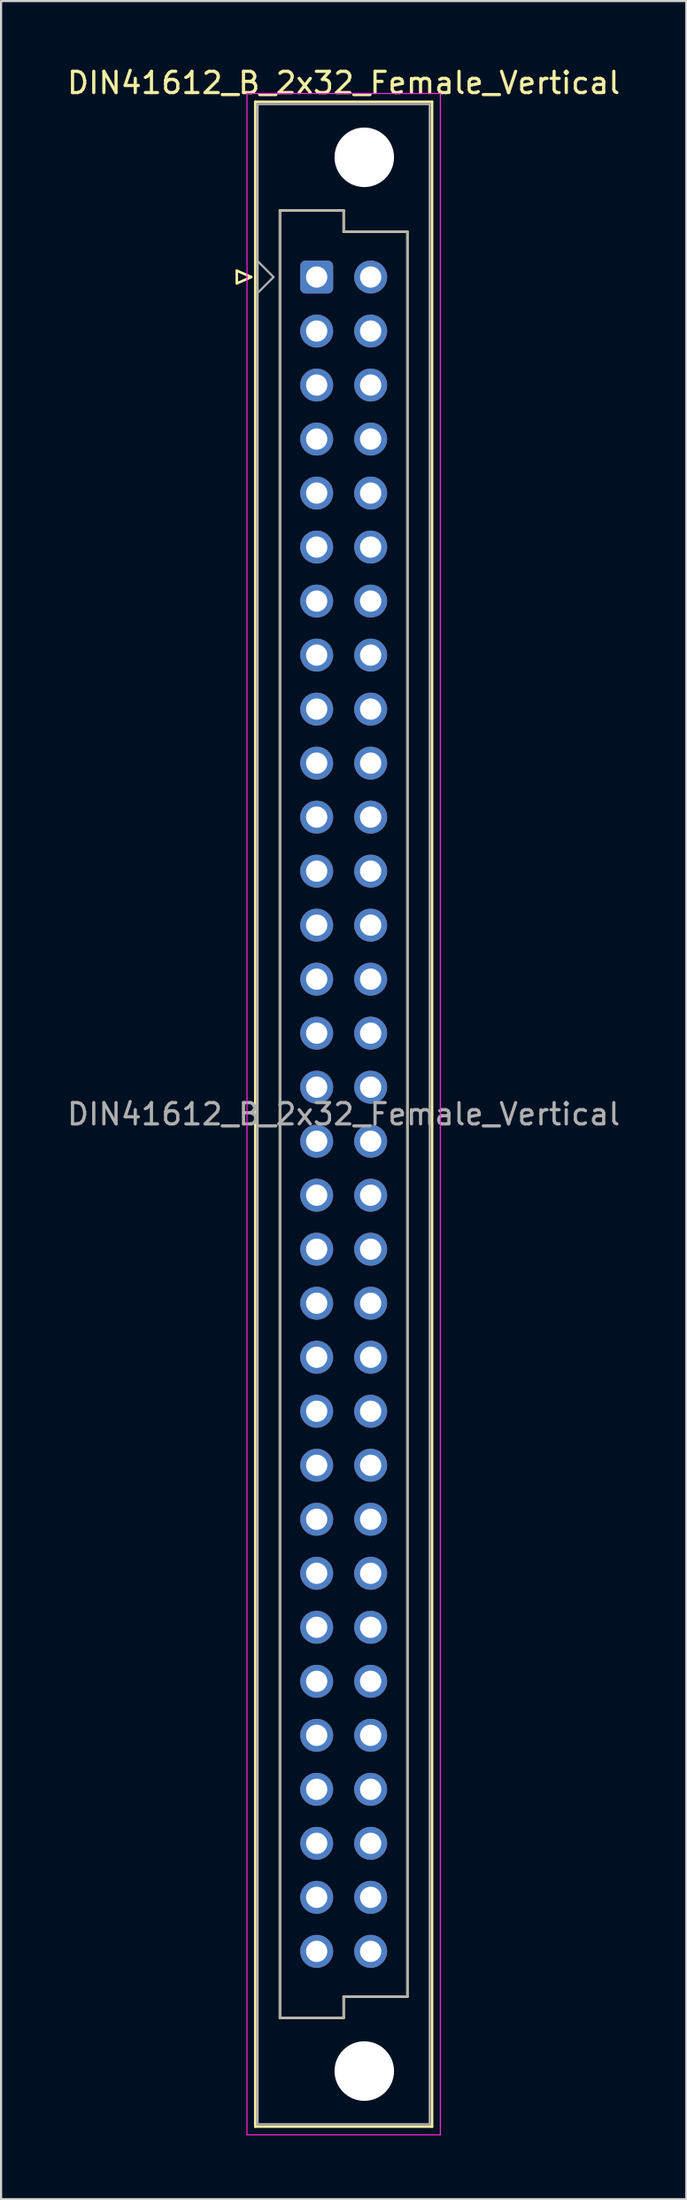
<source format=kicad_pcb>
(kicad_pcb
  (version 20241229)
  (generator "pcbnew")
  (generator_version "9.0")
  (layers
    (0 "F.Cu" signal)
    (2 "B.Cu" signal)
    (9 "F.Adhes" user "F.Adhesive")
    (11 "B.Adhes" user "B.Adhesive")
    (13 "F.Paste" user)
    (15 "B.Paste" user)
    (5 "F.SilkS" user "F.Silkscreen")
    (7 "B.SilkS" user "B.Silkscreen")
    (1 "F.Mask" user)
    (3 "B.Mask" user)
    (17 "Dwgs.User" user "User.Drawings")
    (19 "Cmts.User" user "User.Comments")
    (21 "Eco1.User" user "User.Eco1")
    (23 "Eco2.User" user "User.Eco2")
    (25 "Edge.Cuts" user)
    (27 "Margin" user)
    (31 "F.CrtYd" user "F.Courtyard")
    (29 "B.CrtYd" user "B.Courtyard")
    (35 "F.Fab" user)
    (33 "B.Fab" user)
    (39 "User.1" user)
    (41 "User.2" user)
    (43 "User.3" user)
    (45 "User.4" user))
  (footprint "DIN41612_B_2x32_Female_Vertical"
    (layer "F.Cu")
    (at 11.855 9.978)
    (property "Reference" "DIN41612_B_2x32_Female_Vertical" (at 1.27 -9.13 0) (layer "F.SilkS") (effects (font (size 1 1) (thickness 0.15))))
    (attr through_hole)
    (fp_line (start -3.76 -0.3) (end -3.76 0.3) (stroke (width 0.12) (type solid)) (layer "F.SilkS"))
    (fp_line (start -3.76 0.3) (end -3.08 0) (stroke (width 0.12) (type solid)) (layer "F.SilkS"))
    (fp_line (start -3.08 0) (end -3.76 -0.3) (stroke (width 0.12) (type solid)) (layer "F.SilkS"))
    (fp_line (start -2.89 -8.24) (end 5.43 -8.24) (stroke (width 0.12) (type solid)) (layer "F.SilkS"))
    (fp_line (start -2.89 86.98) (end -2.89 -8.24) (stroke (width 0.12) (type solid)) (layer "F.SilkS"))
    (fp_line (start -1.73 -3.13) (end 1.27 -3.13) (stroke (width 0.12) (type solid)) (layer "F.SilkS"))
    (fp_line (start -1.73 81.87) (end -1.73 -3.13) (stroke (width 0.12) (type solid)) (layer "F.SilkS"))
    (fp_line (start 1.27 -3.13) (end 1.27 -2.13) (stroke (width 0.12) (type solid)) (layer "F.SilkS"))
    (fp_line (start 1.27 -2.13) (end 4.27 -2.13) (stroke (width 0.12) (type solid)) (layer "F.SilkS"))
    (fp_line (start 1.27 80.87) (end 1.27 81.87) (stroke (width 0.12) (type solid)) (layer "F.SilkS"))
    (fp_line (start 1.27 81.87) (end -1.73 81.87) (stroke (width 0.12) (type solid)) (layer "F.SilkS"))
    (fp_line (start 4.27 -2.13) (end 4.27 80.87) (stroke (width 0.12) (type solid)) (layer "F.SilkS"))
    (fp_line (start 4.27 80.87) (end 1.27 80.87) (stroke (width 0.12) (type solid)) (layer "F.SilkS"))
    (fp_line (start 5.43 -8.24) (end 5.43 86.98) (stroke (width 0.12) (type solid)) (layer "F.SilkS"))
    (fp_line (start 5.43 86.98) (end -2.89 86.98) (stroke (width 0.12) (type solid)) (layer "F.SilkS"))
    (fp_line (start -3.28 -8.63) (end 5.82 -8.63) (stroke (width 0.05) (type solid)) (layer "F.CrtYd"))
    (fp_line (start -3.28 87.37) (end -3.28 -8.63) (stroke (width 0.05) (type solid)) (layer "F.CrtYd"))
    (fp_line (start 5.82 -8.63) (end 5.82 87.37) (stroke (width 0.05) (type solid)) (layer "F.CrtYd"))
    (fp_line (start 5.82 87.37) (end -3.28 87.37) (stroke (width 0.05) (type solid)) (layer "F.CrtYd"))
    (fp_line (start -2.78 -8.13) (end 5.32 -8.13) (stroke (width 0.1) (type solid)) (layer "F.Fab"))
    (fp_line (start -2.78 -0.75) (end -2.03 0) (stroke (width 0.1) (type solid)) (layer "F.Fab"))
    (fp_line (start -2.78 86.87) (end -2.78 -8.13) (stroke (width 0.1) (type solid)) (layer "F.Fab"))
    (fp_line (start -2.03 0) (end -2.78 0.75) (stroke (width 0.1) (type solid)) (layer "F.Fab"))
    (fp_line (start -1.73 -3.13) (end 1.27 -3.13) (stroke (width 0.1) (type solid)) (layer "F.Fab"))
    (fp_line (start -1.73 81.87) (end -1.73 -3.13) (stroke (width 0.1) (type solid)) (layer "F.Fab"))
    (fp_line (start 1.27 -3.13) (end 1.27 -2.13) (stroke (width 0.1) (type solid)) (layer "F.Fab"))
    (fp_line (start 1.27 -2.13) (end 4.27 -2.13) (stroke (width 0.1) (type solid)) (layer "F.Fab"))
    (fp_line (start 1.27 80.87) (end 1.27 81.87) (stroke (width 0.1) (type solid)) (layer "F.Fab"))
    (fp_line (start 1.27 81.87) (end -1.73 81.87) (stroke (width 0.1) (type solid)) (layer "F.Fab"))
    (fp_line (start 4.27 -2.13) (end 4.27 80.87) (stroke (width 0.1) (type solid)) (layer "F.Fab"))
    (fp_line (start 4.27 80.87) (end 1.27 80.87) (stroke (width 0.1) (type solid)) (layer "F.Fab"))
    (fp_line (start 5.32 -8.13) (end 5.32 86.87) (stroke (width 0.1) (type solid)) (layer "F.Fab"))
    (fp_line (start 5.32 86.87) (end -2.78 86.87) (stroke (width 0.1) (type solid)) (layer "F.Fab"))
    (fp_text user "${REFERENCE}" (at 1.27 39.37 0) (layer "F.Fab") (effects (font (size 1 1) (thickness 0.15))))
    (pad "" np_thru_hole circle (at 2.24 -5.63) (size 2.8 2.8) (drill 2.8) (layers "*.Cu" "*.Mask"))
    (pad "" np_thru_hole circle (at 2.24 84.37) (size 2.8 2.8) (drill 2.8) (layers "*.Cu" "*.Mask"))
    (pad "a1" thru_hole roundrect (at 0 0) (size 1.55 1.55) (drill 1) (layers "*.Cu" "*.Mask") (roundrect_rratio 0.161))
    (pad "a2" thru_hole circle (at 0 2.54) (size 1.55 1.55) (drill 1) (layers "*.Cu" "*.Mask"))
    (pad "a3" thru_hole circle (at 0 5.08) (size 1.55 1.55) (drill 1) (layers "*.Cu" "*.Mask"))
    (pad "a4" thru_hole circle (at 0 7.62) (size 1.55 1.55) (drill 1) (layers "*.Cu" "*.Mask"))
    (pad "a5" thru_hole circle (at 0 10.16) (size 1.55 1.55) (drill 1) (layers "*.Cu" "*.Mask"))
    (pad "a6" thru_hole circle (at 0 12.7) (size 1.55 1.55) (drill 1) (layers "*.Cu" "*.Mask"))
    (pad "a7" thru_hole circle (at 0 15.24) (size 1.55 1.55) (drill 1) (layers "*.Cu" "*.Mask"))
    (pad "a8" thru_hole circle (at 0 17.78) (size 1.55 1.55) (drill 1) (layers "*.Cu" "*.Mask"))
    (pad "a9" thru_hole circle (at 0 20.32) (size 1.55 1.55) (drill 1) (layers "*.Cu" "*.Mask"))
    (pad "a10" thru_hole circle (at 0 22.86) (size 1.55 1.55) (drill 1) (layers "*.Cu" "*.Mask"))
    (pad "a11" thru_hole circle (at 0 25.4) (size 1.55 1.55) (drill 1) (layers "*.Cu" "*.Mask"))
    (pad "a12" thru_hole circle (at 0 27.94) (size 1.55 1.55) (drill 1) (layers "*.Cu" "*.Mask"))
    (pad "a13" thru_hole circle (at 0 30.48) (size 1.55 1.55) (drill 1) (layers "*.Cu" "*.Mask"))
    (pad "a14" thru_hole circle (at 0 33.02) (size 1.55 1.55) (drill 1) (layers "*.Cu" "*.Mask"))
    (pad "a15" thru_hole circle (at 0 35.56) (size 1.55 1.55) (drill 1) (layers "*.Cu" "*.Mask"))
    (pad "a16" thru_hole circle (at 0 38.1) (size 1.55 1.55) (drill 1) (layers "*.Cu" "*.Mask"))
    (pad "a17" thru_hole circle (at 0 40.64) (size 1.55 1.55) (drill 1) (layers "*.Cu" "*.Mask"))
    (pad "a18" thru_hole circle (at 0 43.18) (size 1.55 1.55) (drill 1) (layers "*.Cu" "*.Mask"))
    (pad "a19" thru_hole circle (at 0 45.72) (size 1.55 1.55) (drill 1) (layers "*.Cu" "*.Mask"))
    (pad "a20" thru_hole circle (at 0 48.26) (size 1.55 1.55) (drill 1) (layers "*.Cu" "*.Mask"))
    (pad "a21" thru_hole circle (at 0 50.8) (size 1.55 1.55) (drill 1) (layers "*.Cu" "*.Mask"))
    (pad "a22" thru_hole circle (at 0 53.34) (size 1.55 1.55) (drill 1) (layers "*.Cu" "*.Mask"))
    (pad "a23" thru_hole circle (at 0 55.88) (size 1.55 1.55) (drill 1) (layers "*.Cu" "*.Mask"))
    (pad "a24" thru_hole circle (at 0 58.42) (size 1.55 1.55) (drill 1) (layers "*.Cu" "*.Mask"))
    (pad "a25" thru_hole circle (at 0 60.96) (size 1.55 1.55) (drill 1) (layers "*.Cu" "*.Mask"))
    (pad "a26" thru_hole circle (at 0 63.5) (size 1.55 1.55) (drill 1) (layers "*.Cu" "*.Mask"))
    (pad "a27" thru_hole circle (at 0 66.04) (size 1.55 1.55) (drill 1) (layers "*.Cu" "*.Mask"))
    (pad "a28" thru_hole circle (at 0 68.58) (size 1.55 1.55) (drill 1) (layers "*.Cu" "*.Mask"))
    (pad "a29" thru_hole circle (at 0 71.12) (size 1.55 1.55) (drill 1) (layers "*.Cu" "*.Mask"))
    (pad "a30" thru_hole circle (at 0 73.66) (size 1.55 1.55) (drill 1) (layers "*.Cu" "*.Mask"))
    (pad "a31" thru_hole circle (at 0 76.2) (size 1.55 1.55) (drill 1) (layers "*.Cu" "*.Mask"))
    (pad "a32" thru_hole circle (at 0 78.74) (size 1.55 1.55) (drill 1) (layers "*.Cu" "*.Mask"))
    (pad "b1" thru_hole circle (at 2.54 0) (size 1.55 1.55) (drill 1) (layers "*.Cu" "*.Mask"))
    (pad "b2" thru_hole circle (at 2.54 2.54) (size 1.55 1.55) (drill 1) (layers "*.Cu" "*.Mask"))
    (pad "b3" thru_hole circle (at 2.54 5.08) (size 1.55 1.55) (drill 1) (layers "*.Cu" "*.Mask"))
    (pad "b4" thru_hole circle (at 2.54 7.62) (size 1.55 1.55) (drill 1) (layers "*.Cu" "*.Mask"))
    (pad "b5" thru_hole circle (at 2.54 10.16) (size 1.55 1.55) (drill 1) (layers "*.Cu" "*.Mask"))
    (pad "b6" thru_hole circle (at 2.54 12.7) (size 1.55 1.55) (drill 1) (layers "*.Cu" "*.Mask"))
    (pad "b7" thru_hole circle (at 2.54 15.24) (size 1.55 1.55) (drill 1) (layers "*.Cu" "*.Mask"))
    (pad "b8" thru_hole circle (at 2.54 17.78) (size 1.55 1.55) (drill 1) (layers "*.Cu" "*.Mask"))
    (pad "b9" thru_hole circle (at 2.54 20.32) (size 1.55 1.55) (drill 1) (layers "*.Cu" "*.Mask"))
    (pad "b10" thru_hole circle (at 2.54 22.86) (size 1.55 1.55) (drill 1) (layers "*.Cu" "*.Mask"))
    (pad "b11" thru_hole circle (at 2.54 25.4) (size 1.55 1.55) (drill 1) (layers "*.Cu" "*.Mask"))
    (pad "b12" thru_hole circle (at 2.54 27.94) (size 1.55 1.55) (drill 1) (layers "*.Cu" "*.Mask"))
    (pad "b13" thru_hole circle (at 2.54 30.48) (size 1.55 1.55) (drill 1) (layers "*.Cu" "*.Mask"))
    (pad "b14" thru_hole circle (at 2.54 33.02) (size 1.55 1.55) (drill 1) (layers "*.Cu" "*.Mask"))
    (pad "b15" thru_hole circle (at 2.54 35.56) (size 1.55 1.55) (drill 1) (layers "*.Cu" "*.Mask"))
    (pad "b16" thru_hole circle (at 2.54 38.1) (size 1.55 1.55) (drill 1) (layers "*.Cu" "*.Mask"))
    (pad "b17" thru_hole circle (at 2.54 40.64) (size 1.55 1.55) (drill 1) (layers "*.Cu" "*.Mask"))
    (pad "b18" thru_hole circle (at 2.54 43.18) (size 1.55 1.55) (drill 1) (layers "*.Cu" "*.Mask"))
    (pad "b19" thru_hole circle (at 2.54 45.72) (size 1.55 1.55) (drill 1) (layers "*.Cu" "*.Mask"))
    (pad "b20" thru_hole circle (at 2.54 48.26) (size 1.55 1.55) (drill 1) (layers "*.Cu" "*.Mask"))
    (pad "b21" thru_hole circle (at 2.54 50.8) (size 1.55 1.55) (drill 1) (layers "*.Cu" "*.Mask"))
    (pad "b22" thru_hole circle (at 2.54 53.34) (size 1.55 1.55) (drill 1) (layers "*.Cu" "*.Mask"))
    (pad "b23" thru_hole circle (at 2.54 55.88) (size 1.55 1.55) (drill 1) (layers "*.Cu" "*.Mask"))
    (pad "b24" thru_hole circle (at 2.54 58.42) (size 1.55 1.55) (drill 1) (layers "*.Cu" "*.Mask"))
    (pad "b25" thru_hole circle (at 2.54 60.96) (size 1.55 1.55) (drill 1) (layers "*.Cu" "*.Mask"))
    (pad "b26" thru_hole circle (at 2.54 63.5) (size 1.55 1.55) (drill 1) (layers "*.Cu" "*.Mask"))
    (pad "b27" thru_hole circle (at 2.54 66.04) (size 1.55 1.55) (drill 1) (layers "*.Cu" "*.Mask"))
    (pad "b28" thru_hole circle (at 2.54 68.58) (size 1.55 1.55) (drill 1) (layers "*.Cu" "*.Mask"))
    (pad "b29" thru_hole circle (at 2.54 71.12) (size 1.55 1.55) (drill 1) (layers "*.Cu" "*.Mask"))
    (pad "b30" thru_hole circle (at 2.54 73.66) (size 1.55 1.55) (drill 1) (layers "*.Cu" "*.Mask"))
    (pad "b31" thru_hole circle (at 2.54 76.2) (size 1.55 1.55) (drill 1) (layers "*.Cu" "*.Mask"))
    (pad "b32" thru_hole circle (at 2.54 78.74) (size 1.55 1.55) (drill 1) (layers "*.Cu" "*.Mask")))
  (gr_rect
    (start -3 -3)
    (end 29.25 100.373)
    (stroke (width 0.1) (type default))
    (fill no)
    (layer "Edge.Cuts")))
</source>
